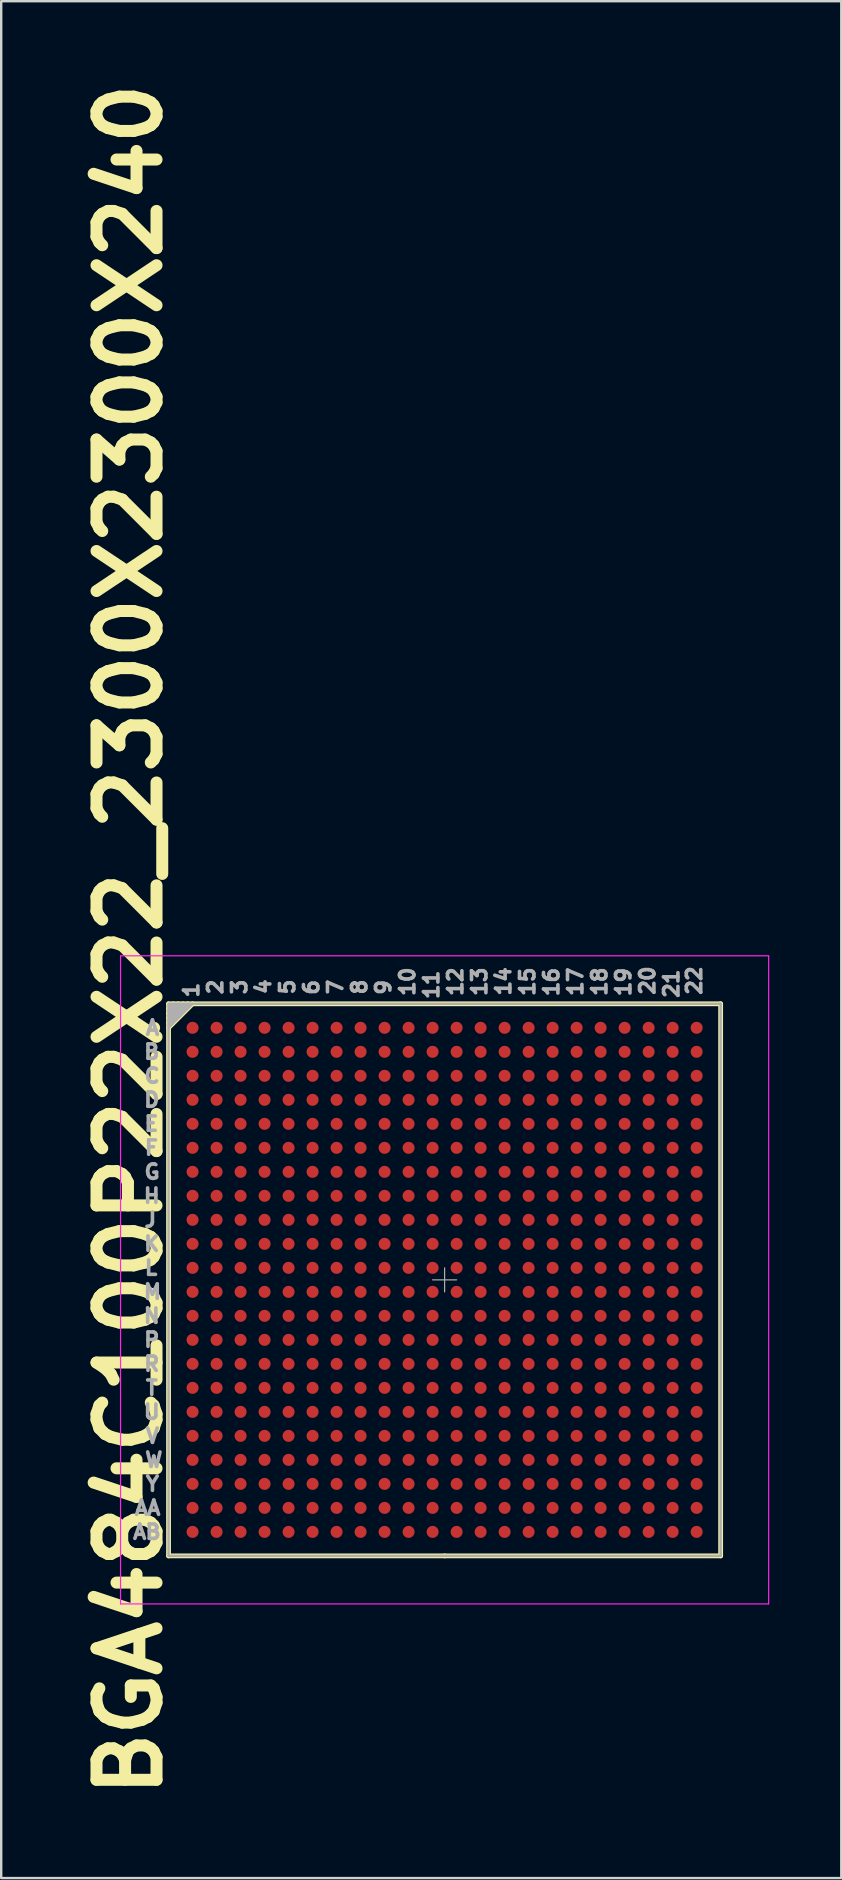
<source format=kicad_pcb>
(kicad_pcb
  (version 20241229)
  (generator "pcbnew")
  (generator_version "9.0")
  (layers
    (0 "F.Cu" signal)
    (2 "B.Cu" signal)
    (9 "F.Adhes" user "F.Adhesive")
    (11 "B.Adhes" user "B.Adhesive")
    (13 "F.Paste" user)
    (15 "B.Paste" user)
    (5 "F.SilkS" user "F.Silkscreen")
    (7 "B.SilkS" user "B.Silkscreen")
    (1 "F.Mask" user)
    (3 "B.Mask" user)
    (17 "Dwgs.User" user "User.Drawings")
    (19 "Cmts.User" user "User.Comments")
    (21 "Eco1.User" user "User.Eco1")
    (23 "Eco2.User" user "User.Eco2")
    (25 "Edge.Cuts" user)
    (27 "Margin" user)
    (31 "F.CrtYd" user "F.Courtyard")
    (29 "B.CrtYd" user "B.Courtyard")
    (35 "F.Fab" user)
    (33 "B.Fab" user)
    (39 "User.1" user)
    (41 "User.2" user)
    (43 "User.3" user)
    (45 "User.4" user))
  (footprint "BGA484C100P22X22_2300X2300X240"
    (layer "F.Cu")
    (at 15.472 50.268)
    (property "Reference" "BGA484C100P22X22_2300X2300X240" (at -13.132 -14.173 90) (layer "F.SilkS") (effects (font (size 2.5 2.5) (thickness 0.5))))
    (attr smd)
    (fp_line (start -11.5 -11.5) (end 11.5 -11.5) (stroke (width 0.2) (type solid)) (layer "F.SilkS"))
    (fp_line (start -11.5 -11.3) (end -11.3 -11.5) (stroke (width 0.2) (type solid)) (layer "F.SilkS"))
    (fp_line (start -11.5 -11.1) (end -11.1 -11.5) (stroke (width 0.2) (type solid)) (layer "F.SilkS"))
    (fp_line (start -11.5 -10.9) (end -10.9 -11.5) (stroke (width 0.2) (type solid)) (layer "F.SilkS"))
    (fp_line (start -11.5 -10.7) (end -10.7 -11.5) (stroke (width 0.2) (type solid)) (layer "F.SilkS"))
    (fp_line (start -11.5 -10.5) (end -10.5 -11.5) (stroke (width 0.2) (type solid)) (layer "F.SilkS"))
    (fp_line (start -11.5 11.5) (end -11.5 -11.5) (stroke (width 0.2) (type solid)) (layer "F.SilkS"))
    (fp_line (start -11.5 11.5) (end 0 11.5) (stroke (width 0.2) (type solid)) (layer "F.SilkS"))
    (fp_line (start 0 11.5) (end 11.5 11.5) (stroke (width 0.2) (type solid)) (layer "F.SilkS"))
    (fp_line (start 11.5 11.5) (end 11.5 -11.5) (stroke (width 0.2) (type solid)) (layer "F.SilkS"))
    (fp_circle (center -12.1 -10.5) (end -11.975 -10.5) (stroke (width 0.25) (type solid)) (fill no) (layer "F.SilkS"))
    (fp_line (start -13.5 -13.5) (end 13.5 -13.5) (stroke (width 0.05) (type solid)) (layer "F.CrtYd"))
    (fp_line (start -13.5 13.5) (end -13.5 -13.5) (stroke (width 0.05) (type solid)) (layer "F.CrtYd"))
    (fp_line (start -13.5 13.5) (end 13.5 13.5) (stroke (width 0.05) (type solid)) (layer "F.CrtYd"))
    (fp_line (start 13.5 13.5) (end 13.5 -13.5) (stroke (width 0.05) (type solid)) (layer "F.CrtYd"))
    (fp_line (start -11.5 -11.5) (end 11.5 -11.5) (stroke (width 0.1) (type solid)) (layer "F.Fab"))
    (fp_line (start -11.5 -11.4) (end -11.4 -11.5) (stroke (width 0.1) (type solid)) (layer "F.Fab"))
    (fp_line (start -11.5 -11.3) (end -11.3 -11.5) (stroke (width 0.1) (type solid)) (layer "F.Fab"))
    (fp_line (start -11.5 -11.2) (end -11.2 -11.5) (stroke (width 0.1) (type solid)) (layer "F.Fab"))
    (fp_line (start -11.5 -11.1) (end -11.1 -11.5) (stroke (width 0.1) (type solid)) (layer "F.Fab"))
    (fp_line (start -11.5 -11) (end -11 -11.5) (stroke (width 0.1) (type solid)) (layer "F.Fab"))
    (fp_line (start -11.5 -10.9) (end -10.9 -11.5) (stroke (width 0.1) (type solid)) (layer "F.Fab"))
    (fp_line (start -11.5 -10.8) (end -10.8 -11.5) (stroke (width 0.1) (type solid)) (layer "F.Fab"))
    (fp_line (start -11.5 -10.7) (end -10.7 -11.5) (stroke (width 0.1) (type solid)) (layer "F.Fab"))
    (fp_line (start -11.5 -10.6) (end -10.6 -11.5) (stroke (width 0.1) (type solid)) (layer "F.Fab"))
    (fp_line (start -11.5 -10.5) (end -10.5 -11.5) (stroke (width 0.1) (type solid)) (layer "F.Fab"))
    (fp_line (start -11.5 11.5) (end -11.5 -11.5) (stroke (width 0.1) (type solid)) (layer "F.Fab"))
    (fp_line (start -11.5 11.5) (end 0 11.5) (stroke (width 0.1) (type solid)) (layer "F.Fab"))
    (fp_line (start -0.5 0) (end 0.5 0) (stroke (width 0.05) (type solid)) (layer "F.Fab"))
    (fp_line (start 0 0.5) (end 0 -0.5) (stroke (width 0.05) (type solid)) (layer "F.Fab"))
    (fp_line (start 0 11.5) (end 11.5 11.5) (stroke (width 0.1) (type solid)) (layer "F.Fab"))
    (fp_line (start 11.5 11.5) (end 11.5 -11.5) (stroke (width 0.1) (type solid)) (layer "F.Fab"))
    (fp_text user "H" (at -12.2 -3.5 0) (layer "F.Fab") (effects (font (size 0.6 0.6) (thickness 0.15))))
    (fp_text user "9" (at -2.55 -12.186 90) (layer "F.Fab") (effects (font (size 0.6 0.6) (thickness 0.15))))
    (fp_text user "AA" (at -12.373 9.5 0) (layer "F.Fab") (effects (font (size 0.6 0.6) (thickness 0.15))))
    (fp_text user "L" (at -12.229 -0.5 0) (layer "F.Fab") (effects (font (size 0.6 0.6) (thickness 0.15))))
    (fp_text user "21" (at 9.45 -12.338 90) (layer "F.Fab") (effects (font (size 0.6 0.6) (thickness 0.15))))
    (fp_text user "M" (at -12.171 0.5 0) (layer "F.Fab") (effects (font (size 0.6 0.6) (thickness 0.15))))
    (fp_text user "3" (at -8.55 -12.2 90) (layer "F.Fab") (effects (font (size 0.6 0.6) (thickness 0.15))))
    (fp_text user "1" (at -10.55 -12.071 90) (layer "F.Fab") (effects (font (size 0.6 0.6) (thickness 0.15))))
    (fp_text user "15" (at 3.45 -12.42 90) (layer "F.Fab") (effects (font (size 0.6 0.6) (thickness 0.15))))
    (fp_text user "Y" (at -12.171 8.5 0) (layer "F.Fab") (effects (font (size 0.6 0.6) (thickness 0.15))))
    (fp_text user "W" (at -12.114 7.5 0) (layer "F.Fab") (effects (font (size 0.6 0.6) (thickness 0.15))))
    (fp_text user "13" (at 1.45 -12.42 90) (layer "F.Fab") (effects (font (size 0.6 0.6) (thickness 0.15))))
    (fp_text user "22" (at 10.4 -12.467 90) (layer "F.Fab") (effects (font (size 0.6 0.6) (thickness 0.15))))
    (fp_text user "C" (at -12.186 -8.5 0) (layer "F.Fab") (effects (font (size 0.6 0.6) (thickness 0.15))))
    (fp_text user "18" (at 6.45 -12.42 90) (layer "F.Fab") (effects (font (size 0.6 0.6) (thickness 0.15))))
    (fp_text user "J" (at -12.257 -2.5 0) (layer "F.Fab") (effects (font (size 0.6 0.6) (thickness 0.15))))
    (fp_text user "17" (at 5.45 -12.42 90) (layer "F.Fab") (effects (font (size 0.6 0.6) (thickness 0.15))))
    (fp_text user "P" (at -12.2 2.5 0) (layer "F.Fab") (effects (font (size 0.6 0.6) (thickness 0.15))))
    (fp_text user "16" (at 4.45 -12.406 90) (layer "F.Fab") (effects (font (size 0.6 0.6) (thickness 0.15))))
    (fp_text user "V" (at -12.171 6.5 0) (layer "F.Fab") (effects (font (size 0.6 0.6) (thickness 0.15))))
    (fp_text user "G" (at -12.186 -4.5 0) (layer "F.Fab") (effects (font (size 0.6 0.6) (thickness 0.15))))
    (fp_text user "11" (at -0.55 -12.291 90) (layer "F.Fab") (effects (font (size 0.6 0.6) (thickness 0.15))))
    (fp_text user "N" (at -12.2 1.5 0) (layer "F.Fab") (effects (font (size 0.6 0.6) (thickness 0.15))))
    (fp_text user "E" (at -12.214 -6.5 0) (layer "F.Fab") (effects (font (size 0.6 0.6) (thickness 0.15))))
    (fp_text user "8" (at -3.55 -12.2 90) (layer "F.Fab") (effects (font (size 0.6 0.6) (thickness 0.15))))
    (fp_text user "R" (at -12.2 3.5 0) (layer "F.Fab") (effects (font (size 0.6 0.6) (thickness 0.15))))
    (fp_text user "5" (at -6.55 -12.2 90) (layer "F.Fab") (effects (font (size 0.6 0.6) (thickness 0.15))))
    (fp_text user "D" (at -12.2 -7.5 0) (layer "F.Fab") (effects (font (size 0.6 0.6) (thickness 0.15))))
    (fp_text user "U" (at -12.2 5.5 0) (layer "F.Fab") (effects (font (size 0.6 0.6) (thickness 0.15))))
    (fp_text user "19" (at 7.45 -12.406 90) (layer "F.Fab") (effects (font (size 0.6 0.6) (thickness 0.15))))
    (fp_text user "20" (at 8.45 -12.467 90) (layer "F.Fab") (effects (font (size 0.6 0.6) (thickness 0.15))))
    (fp_text user "K" (at -12.2 -1.5 0) (layer "F.Fab") (effects (font (size 0.6 0.6) (thickness 0.15))))
    (fp_text user "4" (at -7.55 -12.214 90) (layer "F.Fab") (effects (font (size 0.6 0.6) (thickness 0.15))))
    (fp_text user "14" (at 2.45 -12.434 90) (layer "F.Fab") (effects (font (size 0.6 0.6) (thickness 0.15))))
    (fp_text user "A" (at -12.171 -10.5 0) (layer "F.Fab") (effects (font (size 0.6 0.6) (thickness 0.15))))
    (fp_text user "B" (at -12.2 -9.5 0) (layer "F.Fab") (effects (font (size 0.6 0.6) (thickness 0.15))))
    (fp_text user "7" (at -4.55 -12.2 90) (layer "F.Fab") (effects (font (size 0.6 0.6) (thickness 0.15))))
    (fp_text user "12" (at 0.45 -12.42 90) (layer "F.Fab") (effects (font (size 0.6 0.6) (thickness 0.15))))
    (fp_text user "T" (at -12.2 4.5 0) (layer "F.Fab") (effects (font (size 0.6 0.6) (thickness 0.15))))
    (fp_text user "AB" (at -12.402 10.5 0) (layer "F.Fab") (effects (font (size 0.6 0.6) (thickness 0.15))))
    (fp_text user "10" (at -1.55 -12.42 90) (layer "F.Fab") (effects (font (size 0.6 0.6) (thickness 0.15))))
    (fp_text user "F" (at -12.214 -5.5 0) (layer "F.Fab") (effects (font (size 0.6 0.6) (thickness 0.15))))
    (fp_text user "2" (at -9.55 -12.2 90) (layer "F.Fab") (effects (font (size 0.6 0.6) (thickness 0.15))))
    (fp_text user "6" (at -5.55 -12.186 90) (layer "F.Fab") (effects (font (size 0.6 0.6) (thickness 0.15))))
    (pad "A1" smd circle (at -10.5 -10.5) (size 0.5 0.5) (layers "F.Cu" "F.Mask" "F.Paste"))
    (pad "A2" smd circle (at -9.5 -10.5) (size 0.5 0.5) (layers "F.Cu" "F.Mask" "F.Paste"))
    (pad "A3" smd circle (at -8.5 -10.5) (size 0.5 0.5) (layers "F.Cu" "F.Mask" "F.Paste"))
    (pad "A4" smd circle (at -7.5 -10.5) (size 0.5 0.5) (layers "F.Cu" "F.Mask" "F.Paste"))
    (pad "A5" smd circle (at -6.5 -10.5) (size 0.5 0.5) (layers "F.Cu" "F.Mask" "F.Paste"))
    (pad "A6" smd circle (at -5.5 -10.5) (size 0.5 0.5) (layers "F.Cu" "F.Mask" "F.Paste"))
    (pad "A7" smd circle (at -4.5 -10.5) (size 0.5 0.5) (layers "F.Cu" "F.Mask" "F.Paste"))
    (pad "A8" smd circle (at -3.5 -10.5) (size 0.5 0.5) (layers "F.Cu" "F.Mask" "F.Paste"))
    (pad "A9" smd circle (at -2.5 -10.5) (size 0.5 0.5) (layers "F.Cu" "F.Mask" "F.Paste"))
    (pad "A10" smd circle (at -1.5 -10.5) (size 0.5 0.5) (layers "F.Cu" "F.Mask" "F.Paste"))
    (pad "A11" smd circle (at -0.5 -10.5) (size 0.5 0.5) (layers "F.Cu" "F.Mask" "F.Paste"))
    (pad "A12" smd circle (at 0.5 -10.5) (size 0.5 0.5) (layers "F.Cu" "F.Mask" "F.Paste"))
    (pad "A13" smd circle (at 1.5 -10.5) (size 0.5 0.5) (layers "F.Cu" "F.Mask" "F.Paste"))
    (pad "A14" smd circle (at 2.5 -10.5) (size 0.5 0.5) (layers "F.Cu" "F.Mask" "F.Paste"))
    (pad "A15" smd circle (at 3.5 -10.5) (size 0.5 0.5) (layers "F.Cu" "F.Mask" "F.Paste"))
    (pad "A16" smd circle (at 4.5 -10.5) (size 0.5 0.5) (layers "F.Cu" "F.Mask" "F.Paste"))
    (pad "A17" smd circle (at 5.5 -10.5) (size 0.5 0.5) (layers "F.Cu" "F.Mask" "F.Paste"))
    (pad "A18" smd circle (at 6.5 -10.5) (size 0.5 0.5) (layers "F.Cu" "F.Mask" "F.Paste"))
    (pad "A19" smd circle (at 7.5 -10.5) (size 0.5 0.5) (layers "F.Cu" "F.Mask" "F.Paste"))
    (pad "A20" smd circle (at 8.5 -10.5) (size 0.5 0.5) (layers "F.Cu" "F.Mask" "F.Paste"))
    (pad "A21" smd circle (at 9.5 -10.5) (size 0.5 0.5) (layers "F.Cu" "F.Mask" "F.Paste"))
    (pad "A22" smd circle (at 10.5 -10.5) (size 0.5 0.5) (layers "F.Cu" "F.Mask" "F.Paste"))
    (pad "AA1" smd circle (at -10.5 9.5) (size 0.5 0.5) (layers "F.Cu" "F.Mask" "F.Paste"))
    (pad "AA2" smd circle (at -9.5 9.5) (size 0.5 0.5) (layers "F.Cu" "F.Mask" "F.Paste"))
    (pad "AA3" smd circle (at -8.5 9.5) (size 0.5 0.5) (layers "F.Cu" "F.Mask" "F.Paste"))
    (pad "AA4" smd circle (at -7.5 9.5) (size 0.5 0.5) (layers "F.Cu" "F.Mask" "F.Paste"))
    (pad "AA5" smd circle (at -6.5 9.5) (size 0.5 0.5) (layers "F.Cu" "F.Mask" "F.Paste"))
    (pad "AA6" smd circle (at -5.5 9.5) (size 0.5 0.5) (layers "F.Cu" "F.Mask" "F.Paste"))
    (pad "AA7" smd circle (at -4.5 9.5) (size 0.5 0.5) (layers "F.Cu" "F.Mask" "F.Paste"))
    (pad "AA8" smd circle (at -3.5 9.5) (size 0.5 0.5) (layers "F.Cu" "F.Mask" "F.Paste"))
    (pad "AA9" smd circle (at -2.5 9.5) (size 0.5 0.5) (layers "F.Cu" "F.Mask" "F.Paste"))
    (pad "AA10" smd circle (at -1.5 9.5) (size 0.5 0.5) (layers "F.Cu" "F.Mask" "F.Paste"))
    (pad "AA11" smd circle (at -0.5 9.5) (size 0.5 0.5) (layers "F.Cu" "F.Mask" "F.Paste"))
    (pad "AA12" smd circle (at 0.5 9.5) (size 0.5 0.5) (layers "F.Cu" "F.Mask" "F.Paste"))
    (pad "AA13" smd circle (at 1.5 9.5) (size 0.5 0.5) (layers "F.Cu" "F.Mask" "F.Paste"))
    (pad "AA14" smd circle (at 2.5 9.5) (size 0.5 0.5) (layers "F.Cu" "F.Mask" "F.Paste"))
    (pad "AA15" smd circle (at 3.5 9.5) (size 0.5 0.5) (layers "F.Cu" "F.Mask" "F.Paste"))
    (pad "AA16" smd circle (at 4.5 9.5) (size 0.5 0.5) (layers "F.Cu" "F.Mask" "F.Paste"))
    (pad "AA17" smd circle (at 5.5 9.5) (size 0.5 0.5) (layers "F.Cu" "F.Mask" "F.Paste"))
    (pad "AA18" smd circle (at 6.5 9.5) (size 0.5 0.5) (layers "F.Cu" "F.Mask" "F.Paste"))
    (pad "AA19" smd circle (at 7.5 9.5) (size 0.5 0.5) (layers "F.Cu" "F.Mask" "F.Paste"))
    (pad "AA20" smd circle (at 8.5 9.5) (size 0.5 0.5) (layers "F.Cu" "F.Mask" "F.Paste"))
    (pad "AA21" smd circle (at 9.5 9.5) (size 0.5 0.5) (layers "F.Cu" "F.Mask" "F.Paste"))
    (pad "AA22" smd circle (at 10.5 9.5) (size 0.5 0.5) (layers "F.Cu" "F.Mask" "F.Paste"))
    (pad "AB1" smd circle (at -10.5 10.5) (size 0.5 0.5) (layers "F.Cu" "F.Mask" "F.Paste"))
    (pad "AB2" smd circle (at -9.5 10.5) (size 0.5 0.5) (layers "F.Cu" "F.Mask" "F.Paste"))
    (pad "AB3" smd circle (at -8.5 10.5) (size 0.5 0.5) (layers "F.Cu" "F.Mask" "F.Paste"))
    (pad "AB4" smd circle (at -7.5 10.5) (size 0.5 0.5) (layers "F.Cu" "F.Mask" "F.Paste"))
    (pad "AB5" smd circle (at -6.5 10.5) (size 0.5 0.5) (layers "F.Cu" "F.Mask" "F.Paste"))
    (pad "AB6" smd circle (at -5.5 10.5) (size 0.5 0.5) (layers "F.Cu" "F.Mask" "F.Paste"))
    (pad "AB7" smd circle (at -4.5 10.5) (size 0.5 0.5) (layers "F.Cu" "F.Mask" "F.Paste"))
    (pad "AB8" smd circle (at -3.5 10.5) (size 0.5 0.5) (layers "F.Cu" "F.Mask" "F.Paste"))
    (pad "AB9" smd circle (at -2.5 10.5) (size 0.5 0.5) (layers "F.Cu" "F.Mask" "F.Paste"))
    (pad "AB10" smd circle (at -1.5 10.5) (size 0.5 0.5) (layers "F.Cu" "F.Mask" "F.Paste"))
    (pad "AB11" smd circle (at -0.5 10.5) (size 0.5 0.5) (layers "F.Cu" "F.Mask" "F.Paste"))
    (pad "AB12" smd circle (at 0.5 10.5) (size 0.5 0.5) (layers "F.Cu" "F.Mask" "F.Paste"))
    (pad "AB13" smd circle (at 1.5 10.5) (size 0.5 0.5) (layers "F.Cu" "F.Mask" "F.Paste"))
    (pad "AB14" smd circle (at 2.5 10.5) (size 0.5 0.5) (layers "F.Cu" "F.Mask" "F.Paste"))
    (pad "AB15" smd circle (at 3.5 10.5) (size 0.5 0.5) (layers "F.Cu" "F.Mask" "F.Paste"))
    (pad "AB16" smd circle (at 4.5 10.5) (size 0.5 0.5) (layers "F.Cu" "F.Mask" "F.Paste"))
    (pad "AB17" smd circle (at 5.5 10.5) (size 0.5 0.5) (layers "F.Cu" "F.Mask" "F.Paste"))
    (pad "AB18" smd circle (at 6.5 10.5) (size 0.5 0.5) (layers "F.Cu" "F.Mask" "F.Paste"))
    (pad "AB19" smd circle (at 7.5 10.5) (size 0.5 0.5) (layers "F.Cu" "F.Mask" "F.Paste"))
    (pad "AB20" smd circle (at 8.5 10.5) (size 0.5 0.5) (layers "F.Cu" "F.Mask" "F.Paste"))
    (pad "AB21" smd circle (at 9.5 10.5) (size 0.5 0.5) (layers "F.Cu" "F.Mask" "F.Paste"))
    (pad "AB22" smd circle (at 10.5 10.5) (size 0.5 0.5) (layers "F.Cu" "F.Mask" "F.Paste"))
    (pad "B1" smd circle (at -10.5 -9.5) (size 0.5 0.5) (layers "F.Cu" "F.Mask" "F.Paste"))
    (pad "B2" smd circle (at -9.5 -9.5) (size 0.5 0.5) (layers "F.Cu" "F.Mask" "F.Paste"))
    (pad "B3" smd circle (at -8.5 -9.5) (size 0.5 0.5) (layers "F.Cu" "F.Mask" "F.Paste"))
    (pad "B4" smd circle (at -7.5 -9.5) (size 0.5 0.5) (layers "F.Cu" "F.Mask" "F.Paste"))
    (pad "B5" smd circle (at -6.5 -9.5) (size 0.5 0.5) (layers "F.Cu" "F.Mask" "F.Paste"))
    (pad "B6" smd circle (at -5.5 -9.5) (size 0.5 0.5) (layers "F.Cu" "F.Mask" "F.Paste"))
    (pad "B7" smd circle (at -4.5 -9.5) (size 0.5 0.5) (layers "F.Cu" "F.Mask" "F.Paste"))
    (pad "B8" smd circle (at -3.5 -9.5) (size 0.5 0.5) (layers "F.Cu" "F.Mask" "F.Paste"))
    (pad "B9" smd circle (at -2.5 -9.5) (size 0.5 0.5) (layers "F.Cu" "F.Mask" "F.Paste"))
    (pad "B10" smd circle (at -1.5 -9.5) (size 0.5 0.5) (layers "F.Cu" "F.Mask" "F.Paste"))
    (pad "B11" smd circle (at -0.5 -9.5) (size 0.5 0.5) (layers "F.Cu" "F.Mask" "F.Paste"))
    (pad "B12" smd circle (at 0.5 -9.5) (size 0.5 0.5) (layers "F.Cu" "F.Mask" "F.Paste"))
    (pad "B13" smd circle (at 1.5 -9.5) (size 0.5 0.5) (layers "F.Cu" "F.Mask" "F.Paste"))
    (pad "B14" smd circle (at 2.5 -9.5) (size 0.5 0.5) (layers "F.Cu" "F.Mask" "F.Paste"))
    (pad "B15" smd circle (at 3.5 -9.5) (size 0.5 0.5) (layers "F.Cu" "F.Mask" "F.Paste"))
    (pad "B16" smd circle (at 4.5 -9.5) (size 0.5 0.5) (layers "F.Cu" "F.Mask" "F.Paste"))
    (pad "B17" smd circle (at 5.5 -9.5) (size 0.5 0.5) (layers "F.Cu" "F.Mask" "F.Paste"))
    (pad "B18" smd circle (at 6.5 -9.5) (size 0.5 0.5) (layers "F.Cu" "F.Mask" "F.Paste"))
    (pad "B19" smd circle (at 7.5 -9.5) (size 0.5 0.5) (layers "F.Cu" "F.Mask" "F.Paste"))
    (pad "B20" smd circle (at 8.5 -9.5) (size 0.5 0.5) (layers "F.Cu" "F.Mask" "F.Paste"))
    (pad "B21" smd circle (at 9.5 -9.5) (size 0.5 0.5) (layers "F.Cu" "F.Mask" "F.Paste"))
    (pad "B22" smd circle (at 10.5 -9.5) (size 0.5 0.5) (layers "F.Cu" "F.Mask" "F.Paste"))
    (pad "C1" smd circle (at -10.5 -8.5) (size 0.5 0.5) (layers "F.Cu" "F.Mask" "F.Paste"))
    (pad "C2" smd circle (at -9.5 -8.5) (size 0.5 0.5) (layers "F.Cu" "F.Mask" "F.Paste"))
    (pad "C3" smd circle (at -8.5 -8.5) (size 0.5 0.5) (layers "F.Cu" "F.Mask" "F.Paste"))
    (pad "C4" smd circle (at -7.5 -8.5) (size 0.5 0.5) (layers "F.Cu" "F.Mask" "F.Paste"))
    (pad "C5" smd circle (at -6.5 -8.5) (size 0.5 0.5) (layers "F.Cu" "F.Mask" "F.Paste"))
    (pad "C6" smd circle (at -5.5 -8.5) (size 0.5 0.5) (layers "F.Cu" "F.Mask" "F.Paste"))
    (pad "C7" smd circle (at -4.5 -8.5) (size 0.5 0.5) (layers "F.Cu" "F.Mask" "F.Paste"))
    (pad "C8" smd circle (at -3.5 -8.5) (size 0.5 0.5) (layers "F.Cu" "F.Mask" "F.Paste"))
    (pad "C9" smd circle (at -2.5 -8.5) (size 0.5 0.5) (layers "F.Cu" "F.Mask" "F.Paste"))
    (pad "C10" smd circle (at -1.5 -8.5) (size 0.5 0.5) (layers "F.Cu" "F.Mask" "F.Paste"))
    (pad "C11" smd circle (at -0.5 -8.5) (size 0.5 0.5) (layers "F.Cu" "F.Mask" "F.Paste"))
    (pad "C12" smd circle (at 0.5 -8.5) (size 0.5 0.5) (layers "F.Cu" "F.Mask" "F.Paste"))
    (pad "C13" smd circle (at 1.5 -8.5) (size 0.5 0.5) (layers "F.Cu" "F.Mask" "F.Paste"))
    (pad "C14" smd circle (at 2.5 -8.5) (size 0.5 0.5) (layers "F.Cu" "F.Mask" "F.Paste"))
    (pad "C15" smd circle (at 3.5 -8.5) (size 0.5 0.5) (layers "F.Cu" "F.Mask" "F.Paste"))
    (pad "C16" smd circle (at 4.5 -8.5) (size 0.5 0.5) (layers "F.Cu" "F.Mask" "F.Paste"))
    (pad "C17" smd circle (at 5.5 -8.5) (size 0.5 0.5) (layers "F.Cu" "F.Mask" "F.Paste"))
    (pad "C18" smd circle (at 6.5 -8.5) (size 0.5 0.5) (layers "F.Cu" "F.Mask" "F.Paste"))
    (pad "C19" smd circle (at 7.5 -8.5) (size 0.5 0.5) (layers "F.Cu" "F.Mask" "F.Paste"))
    (pad "C20" smd circle (at 8.5 -8.5) (size 0.5 0.5) (layers "F.Cu" "F.Mask" "F.Paste"))
    (pad "C21" smd circle (at 9.5 -8.5) (size 0.5 0.5) (layers "F.Cu" "F.Mask" "F.Paste"))
    (pad "C22" smd circle (at 10.5 -8.5) (size 0.5 0.5) (layers "F.Cu" "F.Mask" "F.Paste"))
    (pad "D1" smd circle (at -10.5 -7.5) (size 0.5 0.5) (layers "F.Cu" "F.Mask" "F.Paste"))
    (pad "D2" smd circle (at -9.5 -7.5) (size 0.5 0.5) (layers "F.Cu" "F.Mask" "F.Paste"))
    (pad "D3" smd circle (at -8.5 -7.5) (size 0.5 0.5) (layers "F.Cu" "F.Mask" "F.Paste"))
    (pad "D4" smd circle (at -7.5 -7.5) (size 0.5 0.5) (layers "F.Cu" "F.Mask" "F.Paste"))
    (pad "D5" smd circle (at -6.5 -7.5) (size 0.5 0.5) (layers "F.Cu" "F.Mask" "F.Paste"))
    (pad "D6" smd circle (at -5.5 -7.5) (size 0.5 0.5) (layers "F.Cu" "F.Mask" "F.Paste"))
    (pad "D7" smd circle (at -4.5 -7.5) (size 0.5 0.5) (layers "F.Cu" "F.Mask" "F.Paste"))
    (pad "D8" smd circle (at -3.5 -7.5) (size 0.5 0.5) (layers "F.Cu" "F.Mask" "F.Paste"))
    (pad "D9" smd circle (at -2.5 -7.5) (size 0.5 0.5) (layers "F.Cu" "F.Mask" "F.Paste"))
    (pad "D10" smd circle (at -1.5 -7.5) (size 0.5 0.5) (layers "F.Cu" "F.Mask" "F.Paste"))
    (pad "D11" smd circle (at -0.5 -7.5) (size 0.5 0.5) (layers "F.Cu" "F.Mask" "F.Paste"))
    (pad "D12" smd circle (at 0.5 -7.5) (size 0.5 0.5) (layers "F.Cu" "F.Mask" "F.Paste"))
    (pad "D13" smd circle (at 1.5 -7.5) (size 0.5 0.5) (layers "F.Cu" "F.Mask" "F.Paste"))
    (pad "D14" smd circle (at 2.5 -7.5) (size 0.5 0.5) (layers "F.Cu" "F.Mask" "F.Paste"))
    (pad "D15" smd circle (at 3.5 -7.5) (size 0.5 0.5) (layers "F.Cu" "F.Mask" "F.Paste"))
    (pad "D16" smd circle (at 4.5 -7.5) (size 0.5 0.5) (layers "F.Cu" "F.Mask" "F.Paste"))
    (pad "D17" smd circle (at 5.5 -7.5) (size 0.5 0.5) (layers "F.Cu" "F.Mask" "F.Paste"))
    (pad "D18" smd circle (at 6.5 -7.5) (size 0.5 0.5) (layers "F.Cu" "F.Mask" "F.Paste"))
    (pad "D19" smd circle (at 7.5 -7.5) (size 0.5 0.5) (layers "F.Cu" "F.Mask" "F.Paste"))
    (pad "D20" smd circle (at 8.5 -7.5) (size 0.5 0.5) (layers "F.Cu" "F.Mask" "F.Paste"))
    (pad "D21" smd circle (at 9.5 -7.5) (size 0.5 0.5) (layers "F.Cu" "F.Mask" "F.Paste"))
    (pad "D22" smd circle (at 10.5 -7.5) (size 0.5 0.5) (layers "F.Cu" "F.Mask" "F.Paste"))
    (pad "E1" smd circle (at -10.5 -6.5) (size 0.5 0.5) (layers "F.Cu" "F.Mask" "F.Paste"))
    (pad "E2" smd circle (at -9.5 -6.5) (size 0.5 0.5) (layers "F.Cu" "F.Mask" "F.Paste"))
    (pad "E3" smd circle (at -8.5 -6.5) (size 0.5 0.5) (layers "F.Cu" "F.Mask" "F.Paste"))
    (pad "E4" smd circle (at -7.5 -6.5) (size 0.5 0.5) (layers "F.Cu" "F.Mask" "F.Paste"))
    (pad "E5" smd circle (at -6.5 -6.5) (size 0.5 0.5) (layers "F.Cu" "F.Mask" "F.Paste"))
    (pad "E6" smd circle (at -5.5 -6.5) (size 0.5 0.5) (layers "F.Cu" "F.Mask" "F.Paste"))
    (pad "E7" smd circle (at -4.5 -6.5) (size 0.5 0.5) (layers "F.Cu" "F.Mask" "F.Paste"))
    (pad "E8" smd circle (at -3.5 -6.5) (size 0.5 0.5) (layers "F.Cu" "F.Mask" "F.Paste"))
    (pad "E9" smd circle (at -2.5 -6.5) (size 0.5 0.5) (layers "F.Cu" "F.Mask" "F.Paste"))
    (pad "E10" smd circle (at -1.5 -6.5) (size 0.5 0.5) (layers "F.Cu" "F.Mask" "F.Paste"))
    (pad "E11" smd circle (at -0.5 -6.5) (size 0.5 0.5) (layers "F.Cu" "F.Mask" "F.Paste"))
    (pad "E12" smd circle (at 0.5 -6.5) (size 0.5 0.5) (layers "F.Cu" "F.Mask" "F.Paste"))
    (pad "E13" smd circle (at 1.5 -6.5) (size 0.5 0.5) (layers "F.Cu" "F.Mask" "F.Paste"))
    (pad "E14" smd circle (at 2.5 -6.5) (size 0.5 0.5) (layers "F.Cu" "F.Mask" "F.Paste"))
    (pad "E15" smd circle (at 3.5 -6.5) (size 0.5 0.5) (layers "F.Cu" "F.Mask" "F.Paste"))
    (pad "E16" smd circle (at 4.5 -6.5) (size 0.5 0.5) (layers "F.Cu" "F.Mask" "F.Paste"))
    (pad "E17" smd circle (at 5.5 -6.5) (size 0.5 0.5) (layers "F.Cu" "F.Mask" "F.Paste"))
    (pad "E18" smd circle (at 6.5 -6.5) (size 0.5 0.5) (layers "F.Cu" "F.Mask" "F.Paste"))
    (pad "E19" smd circle (at 7.5 -6.5) (size 0.5 0.5) (layers "F.Cu" "F.Mask" "F.Paste"))
    (pad "E20" smd circle (at 8.5 -6.5) (size 0.5 0.5) (layers "F.Cu" "F.Mask" "F.Paste"))
    (pad "E21" smd circle (at 9.5 -6.5) (size 0.5 0.5) (layers "F.Cu" "F.Mask" "F.Paste"))
    (pad "E22" smd circle (at 10.5 -6.5) (size 0.5 0.5) (layers "F.Cu" "F.Mask" "F.Paste"))
    (pad "F1" smd circle (at -10.5 -5.5) (size 0.5 0.5) (layers "F.Cu" "F.Mask" "F.Paste"))
    (pad "F2" smd circle (at -9.5 -5.5) (size 0.5 0.5) (layers "F.Cu" "F.Mask" "F.Paste"))
    (pad "F3" smd circle (at -8.5 -5.5) (size 0.5 0.5) (layers "F.Cu" "F.Mask" "F.Paste"))
    (pad "F4" smd circle (at -7.5 -5.5) (size 0.5 0.5) (layers "F.Cu" "F.Mask" "F.Paste"))
    (pad "F5" smd circle (at -6.5 -5.5) (size 0.5 0.5) (layers "F.Cu" "F.Mask" "F.Paste"))
    (pad "F6" smd circle (at -5.5 -5.5) (size 0.5 0.5) (layers "F.Cu" "F.Mask" "F.Paste"))
    (pad "F7" smd circle (at -4.5 -5.5) (size 0.5 0.5) (layers "F.Cu" "F.Mask" "F.Paste"))
    (pad "F8" smd circle (at -3.5 -5.5) (size 0.5 0.5) (layers "F.Cu" "F.Mask" "F.Paste"))
    (pad "F9" smd circle (at -2.5 -5.5) (size 0.5 0.5) (layers "F.Cu" "F.Mask" "F.Paste"))
    (pad "F10" smd circle (at -1.5 -5.5) (size 0.5 0.5) (layers "F.Cu" "F.Mask" "F.Paste"))
    (pad "F11" smd circle (at -0.5 -5.5) (size 0.5 0.5) (layers "F.Cu" "F.Mask" "F.Paste"))
    (pad "F12" smd circle (at 0.5 -5.5) (size 0.5 0.5) (layers "F.Cu" "F.Mask" "F.Paste"))
    (pad "F13" smd circle (at 1.5 -5.5) (size 0.5 0.5) (layers "F.Cu" "F.Mask" "F.Paste"))
    (pad "F14" smd circle (at 2.5 -5.5) (size 0.5 0.5) (layers "F.Cu" "F.Mask" "F.Paste"))
    (pad "F15" smd circle (at 3.5 -5.5) (size 0.5 0.5) (layers "F.Cu" "F.Mask" "F.Paste"))
    (pad "F16" smd circle (at 4.5 -5.5) (size 0.5 0.5) (layers "F.Cu" "F.Mask" "F.Paste"))
    (pad "F17" smd circle (at 5.5 -5.5) (size 0.5 0.5) (layers "F.Cu" "F.Mask" "F.Paste"))
    (pad "F18" smd circle (at 6.5 -5.5) (size 0.5 0.5) (layers "F.Cu" "F.Mask" "F.Paste"))
    (pad "F19" smd circle (at 7.5 -5.5) (size 0.5 0.5) (layers "F.Cu" "F.Mask" "F.Paste"))
    (pad "F20" smd circle (at 8.5 -5.5) (size 0.5 0.5) (layers "F.Cu" "F.Mask" "F.Paste"))
    (pad "F21" smd circle (at 9.5 -5.5) (size 0.5 0.5) (layers "F.Cu" "F.Mask" "F.Paste"))
    (pad "F22" smd circle (at 10.5 -5.5) (size 0.5 0.5) (layers "F.Cu" "F.Mask" "F.Paste"))
    (pad "G1" smd circle (at -10.5 -4.5) (size 0.5 0.5) (layers "F.Cu" "F.Mask" "F.Paste"))
    (pad "G2" smd circle (at -9.5 -4.5) (size 0.5 0.5) (layers "F.Cu" "F.Mask" "F.Paste"))
    (pad "G3" smd circle (at -8.5 -4.5) (size 0.5 0.5) (layers "F.Cu" "F.Mask" "F.Paste"))
    (pad "G4" smd circle (at -7.5 -4.5) (size 0.5 0.5) (layers "F.Cu" "F.Mask" "F.Paste"))
    (pad "G5" smd circle (at -6.5 -4.5) (size 0.5 0.5) (layers "F.Cu" "F.Mask" "F.Paste"))
    (pad "G6" smd circle (at -5.5 -4.5) (size 0.5 0.5) (layers "F.Cu" "F.Mask" "F.Paste"))
    (pad "G7" smd circle (at -4.5 -4.5) (size 0.5 0.5) (layers "F.Cu" "F.Mask" "F.Paste"))
    (pad "G8" smd circle (at -3.5 -4.5) (size 0.5 0.5) (layers "F.Cu" "F.Mask" "F.Paste"))
    (pad "G9" smd circle (at -2.5 -4.5) (size 0.5 0.5) (layers "F.Cu" "F.Mask" "F.Paste"))
    (pad "G10" smd circle (at -1.5 -4.5) (size 0.5 0.5) (layers "F.Cu" "F.Mask" "F.Paste"))
    (pad "G11" smd circle (at -0.5 -4.5) (size 0.5 0.5) (layers "F.Cu" "F.Mask" "F.Paste"))
    (pad "G12" smd circle (at 0.5 -4.5) (size 0.5 0.5) (layers "F.Cu" "F.Mask" "F.Paste"))
    (pad "G13" smd circle (at 1.5 -4.5) (size 0.5 0.5) (layers "F.Cu" "F.Mask" "F.Paste"))
    (pad "G14" smd circle (at 2.5 -4.5) (size 0.5 0.5) (layers "F.Cu" "F.Mask" "F.Paste"))
    (pad "G15" smd circle (at 3.5 -4.5) (size 0.5 0.5) (layers "F.Cu" "F.Mask" "F.Paste"))
    (pad "G16" smd circle (at 4.5 -4.5) (size 0.5 0.5) (layers "F.Cu" "F.Mask" "F.Paste"))
    (pad "G17" smd circle (at 5.5 -4.5) (size 0.5 0.5) (layers "F.Cu" "F.Mask" "F.Paste"))
    (pad "G18" smd circle (at 6.5 -4.5) (size 0.5 0.5) (layers "F.Cu" "F.Mask" "F.Paste"))
    (pad "G19" smd circle (at 7.5 -4.5) (size 0.5 0.5) (layers "F.Cu" "F.Mask" "F.Paste"))
    (pad "G20" smd circle (at 8.5 -4.5) (size 0.5 0.5) (layers "F.Cu" "F.Mask" "F.Paste"))
    (pad "G21" smd circle (at 9.5 -4.5) (size 0.5 0.5) (layers "F.Cu" "F.Mask" "F.Paste"))
    (pad "G22" smd circle (at 10.5 -4.5) (size 0.5 0.5) (layers "F.Cu" "F.Mask" "F.Paste"))
    (pad "H1" smd circle (at -10.5 -3.5) (size 0.5 0.5) (layers "F.Cu" "F.Mask" "F.Paste"))
    (pad "H2" smd circle (at -9.5 -3.5) (size 0.5 0.5) (layers "F.Cu" "F.Mask" "F.Paste"))
    (pad "H3" smd circle (at -8.5 -3.5) (size 0.5 0.5) (layers "F.Cu" "F.Mask" "F.Paste"))
    (pad "H4" smd circle (at -7.5 -3.5) (size 0.5 0.5) (layers "F.Cu" "F.Mask" "F.Paste"))
    (pad "H5" smd circle (at -6.5 -3.5) (size 0.5 0.5) (layers "F.Cu" "F.Mask" "F.Paste"))
    (pad "H6" smd circle (at -5.5 -3.5) (size 0.5 0.5) (layers "F.Cu" "F.Mask" "F.Paste"))
    (pad "H7" smd circle (at -4.5 -3.5) (size 0.5 0.5) (layers "F.Cu" "F.Mask" "F.Paste"))
    (pad "H8" smd circle (at -3.5 -3.5) (size 0.5 0.5) (layers "F.Cu" "F.Mask" "F.Paste"))
    (pad "H9" smd circle (at -2.5 -3.5) (size 0.5 0.5) (layers "F.Cu" "F.Mask" "F.Paste"))
    (pad "H10" smd circle (at -1.5 -3.5) (size 0.5 0.5) (layers "F.Cu" "F.Mask" "F.Paste"))
    (pad "H11" smd circle (at -0.5 -3.5) (size 0.5 0.5) (layers "F.Cu" "F.Mask" "F.Paste"))
    (pad "H12" smd circle (at 0.5 -3.5) (size 0.5 0.5) (layers "F.Cu" "F.Mask" "F.Paste"))
    (pad "H13" smd circle (at 1.5 -3.5) (size 0.5 0.5) (layers "F.Cu" "F.Mask" "F.Paste"))
    (pad "H14" smd circle (at 2.5 -3.5) (size 0.5 0.5) (layers "F.Cu" "F.Mask" "F.Paste"))
    (pad "H15" smd circle (at 3.5 -3.5) (size 0.5 0.5) (layers "F.Cu" "F.Mask" "F.Paste"))
    (pad "H16" smd circle (at 4.5 -3.5) (size 0.5 0.5) (layers "F.Cu" "F.Mask" "F.Paste"))
    (pad "H17" smd circle (at 5.5 -3.5) (size 0.5 0.5) (layers "F.Cu" "F.Mask" "F.Paste"))
    (pad "H18" smd circle (at 6.5 -3.5) (size 0.5 0.5) (layers "F.Cu" "F.Mask" "F.Paste"))
    (pad "H19" smd circle (at 7.5 -3.5) (size 0.5 0.5) (layers "F.Cu" "F.Mask" "F.Paste"))
    (pad "H20" smd circle (at 8.5 -3.5) (size 0.5 0.5) (layers "F.Cu" "F.Mask" "F.Paste"))
    (pad "H21" smd circle (at 9.5 -3.5) (size 0.5 0.5) (layers "F.Cu" "F.Mask" "F.Paste"))
    (pad "H22" smd circle (at 10.5 -3.5) (size 0.5 0.5) (layers "F.Cu" "F.Mask" "F.Paste"))
    (pad "J1" smd circle (at -10.5 -2.5) (size 0.5 0.5) (layers "F.Cu" "F.Mask" "F.Paste"))
    (pad "J2" smd circle (at -9.5 -2.5) (size 0.5 0.5) (layers "F.Cu" "F.Mask" "F.Paste"))
    (pad "J3" smd circle (at -8.5 -2.5) (size 0.5 0.5) (layers "F.Cu" "F.Mask" "F.Paste"))
    (pad "J4" smd circle (at -7.5 -2.5) (size 0.5 0.5) (layers "F.Cu" "F.Mask" "F.Paste"))
    (pad "J5" smd circle (at -6.5 -2.5) (size 0.5 0.5) (layers "F.Cu" "F.Mask" "F.Paste"))
    (pad "J6" smd circle (at -5.5 -2.5) (size 0.5 0.5) (layers "F.Cu" "F.Mask" "F.Paste"))
    (pad "J7" smd circle (at -4.5 -2.5) (size 0.5 0.5) (layers "F.Cu" "F.Mask" "F.Paste"))
    (pad "J8" smd circle (at -3.5 -2.5) (size 0.5 0.5) (layers "F.Cu" "F.Mask" "F.Paste"))
    (pad "J9" smd circle (at -2.5 -2.5) (size 0.5 0.5) (layers "F.Cu" "F.Mask" "F.Paste"))
    (pad "J10" smd circle (at -1.5 -2.5) (size 0.5 0.5) (layers "F.Cu" "F.Mask" "F.Paste"))
    (pad "J11" smd circle (at -0.5 -2.5) (size 0.5 0.5) (layers "F.Cu" "F.Mask" "F.Paste"))
    (pad "J12" smd circle (at 0.5 -2.5) (size 0.5 0.5) (layers "F.Cu" "F.Mask" "F.Paste"))
    (pad "J13" smd circle (at 1.5 -2.5) (size 0.5 0.5) (layers "F.Cu" "F.Mask" "F.Paste"))
    (pad "J14" smd circle (at 2.5 -2.5) (size 0.5 0.5) (layers "F.Cu" "F.Mask" "F.Paste"))
    (pad "J15" smd circle (at 3.5 -2.5) (size 0.5 0.5) (layers "F.Cu" "F.Mask" "F.Paste"))
    (pad "J16" smd circle (at 4.5 -2.5) (size 0.5 0.5) (layers "F.Cu" "F.Mask" "F.Paste"))
    (pad "J17" smd circle (at 5.5 -2.5) (size 0.5 0.5) (layers "F.Cu" "F.Mask" "F.Paste"))
    (pad "J18" smd circle (at 6.5 -2.5) (size 0.5 0.5) (layers "F.Cu" "F.Mask" "F.Paste"))
    (pad "J19" smd circle (at 7.5 -2.5) (size 0.5 0.5) (layers "F.Cu" "F.Mask" "F.Paste"))
    (pad "J20" smd circle (at 8.5 -2.5) (size 0.5 0.5) (layers "F.Cu" "F.Mask" "F.Paste"))
    (pad "J21" smd circle (at 9.5 -2.5) (size 0.5 0.5) (layers "F.Cu" "F.Mask" "F.Paste"))
    (pad "J22" smd circle (at 10.5 -2.5) (size 0.5 0.5) (layers "F.Cu" "F.Mask" "F.Paste"))
    (pad "K1" smd circle (at -10.5 -1.5) (size 0.5 0.5) (layers "F.Cu" "F.Mask" "F.Paste"))
    (pad "K2" smd circle (at -9.5 -1.5) (size 0.5 0.5) (layers "F.Cu" "F.Mask" "F.Paste"))
    (pad "K3" smd circle (at -8.5 -1.5) (size 0.5 0.5) (layers "F.Cu" "F.Mask" "F.Paste"))
    (pad "K4" smd circle (at -7.5 -1.5) (size 0.5 0.5) (layers "F.Cu" "F.Mask" "F.Paste"))
    (pad "K5" smd circle (at -6.5 -1.5) (size 0.5 0.5) (layers "F.Cu" "F.Mask" "F.Paste"))
    (pad "K6" smd circle (at -5.5 -1.5) (size 0.5 0.5) (layers "F.Cu" "F.Mask" "F.Paste"))
    (pad "K7" smd circle (at -4.5 -1.5) (size 0.5 0.5) (layers "F.Cu" "F.Mask" "F.Paste"))
    (pad "K8" smd circle (at -3.5 -1.5) (size 0.5 0.5) (layers "F.Cu" "F.Mask" "F.Paste"))
    (pad "K9" smd circle (at -2.5 -1.5) (size 0.5 0.5) (layers "F.Cu" "F.Mask" "F.Paste"))
    (pad "K10" smd circle (at -1.5 -1.5) (size 0.5 0.5) (layers "F.Cu" "F.Mask" "F.Paste"))
    (pad "K11" smd circle (at -0.5 -1.5) (size 0.5 0.5) (layers "F.Cu" "F.Mask" "F.Paste"))
    (pad "K12" smd circle (at 0.5 -1.5) (size 0.5 0.5) (layers "F.Cu" "F.Mask" "F.Paste"))
    (pad "K13" smd circle (at 1.5 -1.5) (size 0.5 0.5) (layers "F.Cu" "F.Mask" "F.Paste"))
    (pad "K14" smd circle (at 2.5 -1.5) (size 0.5 0.5) (layers "F.Cu" "F.Mask" "F.Paste"))
    (pad "K15" smd circle (at 3.5 -1.5) (size 0.5 0.5) (layers "F.Cu" "F.Mask" "F.Paste"))
    (pad "K16" smd circle (at 4.5 -1.5) (size 0.5 0.5) (layers "F.Cu" "F.Mask" "F.Paste"))
    (pad "K17" smd circle (at 5.5 -1.5) (size 0.5 0.5) (layers "F.Cu" "F.Mask" "F.Paste"))
    (pad "K18" smd circle (at 6.5 -1.5) (size 0.5 0.5) (layers "F.Cu" "F.Mask" "F.Paste"))
    (pad "K19" smd circle (at 7.5 -1.5) (size 0.5 0.5) (layers "F.Cu" "F.Mask" "F.Paste"))
    (pad "K20" smd circle (at 8.5 -1.5) (size 0.5 0.5) (layers "F.Cu" "F.Mask" "F.Paste"))
    (pad "K21" smd circle (at 9.5 -1.5) (size 0.5 0.5) (layers "F.Cu" "F.Mask" "F.Paste"))
    (pad "K22" smd circle (at 10.5 -1.5) (size 0.5 0.5) (layers "F.Cu" "F.Mask" "F.Paste"))
    (pad "L1" smd circle (at -10.5 -0.5) (size 0.5 0.5) (layers "F.Cu" "F.Mask" "F.Paste"))
    (pad "L2" smd circle (at -9.5 -0.5) (size 0.5 0.5) (layers "F.Cu" "F.Mask" "F.Paste"))
    (pad "L3" smd circle (at -8.5 -0.5) (size 0.5 0.5) (layers "F.Cu" "F.Mask" "F.Paste"))
    (pad "L4" smd circle (at -7.5 -0.5) (size 0.5 0.5) (layers "F.Cu" "F.Mask" "F.Paste"))
    (pad "L5" smd circle (at -6.5 -0.5) (size 0.5 0.5) (layers "F.Cu" "F.Mask" "F.Paste"))
    (pad "L6" smd circle (at -5.5 -0.5) (size 0.5 0.5) (layers "F.Cu" "F.Mask" "F.Paste"))
    (pad "L7" smd circle (at -4.5 -0.5) (size 0.5 0.5) (layers "F.Cu" "F.Mask" "F.Paste"))
    (pad "L8" smd circle (at -3.5 -0.5) (size 0.5 0.5) (layers "F.Cu" "F.Mask" "F.Paste"))
    (pad "L9" smd circle (at -2.5 -0.5) (size 0.5 0.5) (layers "F.Cu" "F.Mask" "F.Paste"))
    (pad "L10" smd circle (at -1.5 -0.5) (size 0.5 0.5) (layers "F.Cu" "F.Mask" "F.Paste"))
    (pad "L11" smd circle (at -0.5 -0.5) (size 0.5 0.5) (layers "F.Cu" "F.Mask" "F.Paste"))
    (pad "L12" smd circle (at 0.5 -0.5) (size 0.5 0.5) (layers "F.Cu" "F.Mask" "F.Paste"))
    (pad "L13" smd circle (at 1.5 -0.5) (size 0.5 0.5) (layers "F.Cu" "F.Mask" "F.Paste"))
    (pad "L14" smd circle (at 2.5 -0.5) (size 0.5 0.5) (layers "F.Cu" "F.Mask" "F.Paste"))
    (pad "L15" smd circle (at 3.5 -0.5) (size 0.5 0.5) (layers "F.Cu" "F.Mask" "F.Paste"))
    (pad "L16" smd circle (at 4.5 -0.5) (size 0.5 0.5) (layers "F.Cu" "F.Mask" "F.Paste"))
    (pad "L17" smd circle (at 5.5 -0.5) (size 0.5 0.5) (layers "F.Cu" "F.Mask" "F.Paste"))
    (pad "L18" smd circle (at 6.5 -0.5) (size 0.5 0.5) (layers "F.Cu" "F.Mask" "F.Paste"))
    (pad "L19" smd circle (at 7.5 -0.5) (size 0.5 0.5) (layers "F.Cu" "F.Mask" "F.Paste"))
    (pad "L20" smd circle (at 8.5 -0.5) (size 0.5 0.5) (layers "F.Cu" "F.Mask" "F.Paste"))
    (pad "L21" smd circle (at 9.5 -0.5) (size 0.5 0.5) (layers "F.Cu" "F.Mask" "F.Paste"))
    (pad "L22" smd circle (at 10.5 -0.5) (size 0.5 0.5) (layers "F.Cu" "F.Mask" "F.Paste"))
    (pad "M1" smd circle (at -10.5 0.5) (size 0.5 0.5) (layers "F.Cu" "F.Mask" "F.Paste"))
    (pad "M2" smd circle (at -9.5 0.5) (size 0.5 0.5) (layers "F.Cu" "F.Mask" "F.Paste"))
    (pad "M3" smd circle (at -8.5 0.5) (size 0.5 0.5) (layers "F.Cu" "F.Mask" "F.Paste"))
    (pad "M4" smd circle (at -7.5 0.5) (size 0.5 0.5) (layers "F.Cu" "F.Mask" "F.Paste"))
    (pad "M5" smd circle (at -6.5 0.5) (size 0.5 0.5) (layers "F.Cu" "F.Mask" "F.Paste"))
    (pad "M6" smd circle (at -5.5 0.5) (size 0.5 0.5) (layers "F.Cu" "F.Mask" "F.Paste"))
    (pad "M7" smd circle (at -4.5 0.5) (size 0.5 0.5) (layers "F.Cu" "F.Mask" "F.Paste"))
    (pad "M8" smd circle (at -3.5 0.5) (size 0.5 0.5) (layers "F.Cu" "F.Mask" "F.Paste"))
    (pad "M9" smd circle (at -2.5 0.5) (size 0.5 0.5) (layers "F.Cu" "F.Mask" "F.Paste"))
    (pad "M10" smd circle (at -1.5 0.5) (size 0.5 0.5) (layers "F.Cu" "F.Mask" "F.Paste"))
    (pad "M11" smd circle (at -0.5 0.5) (size 0.5 0.5) (layers "F.Cu" "F.Mask" "F.Paste"))
    (pad "M12" smd circle (at 0.5 0.5) (size 0.5 0.5) (layers "F.Cu" "F.Mask" "F.Paste"))
    (pad "M13" smd circle (at 1.5 0.5) (size 0.5 0.5) (layers "F.Cu" "F.Mask" "F.Paste"))
    (pad "M14" smd circle (at 2.5 0.5) (size 0.5 0.5) (layers "F.Cu" "F.Mask" "F.Paste"))
    (pad "M15" smd circle (at 3.5 0.5) (size 0.5 0.5) (layers "F.Cu" "F.Mask" "F.Paste"))
    (pad "M16" smd circle (at 4.5 0.5) (size 0.5 0.5) (layers "F.Cu" "F.Mask" "F.Paste"))
    (pad "M17" smd circle (at 5.5 0.5) (size 0.5 0.5) (layers "F.Cu" "F.Mask" "F.Paste"))
    (pad "M18" smd circle (at 6.5 0.5) (size 0.5 0.5) (layers "F.Cu" "F.Mask" "F.Paste"))
    (pad "M19" smd circle (at 7.5 0.5) (size 0.5 0.5) (layers "F.Cu" "F.Mask" "F.Paste"))
    (pad "M20" smd circle (at 8.5 0.5) (size 0.5 0.5) (layers "F.Cu" "F.Mask" "F.Paste"))
    (pad "M21" smd circle (at 9.5 0.5) (size 0.5 0.5) (layers "F.Cu" "F.Mask" "F.Paste"))
    (pad "M22" smd circle (at 10.5 0.5) (size 0.5 0.5) (layers "F.Cu" "F.Mask" "F.Paste"))
    (pad "N1" smd circle (at -10.5 1.5) (size 0.5 0.5) (layers "F.Cu" "F.Mask" "F.Paste"))
    (pad "N2" smd circle (at -9.5 1.5) (size 0.5 0.5) (layers "F.Cu" "F.Mask" "F.Paste"))
    (pad "N3" smd circle (at -8.5 1.5) (size 0.5 0.5) (layers "F.Cu" "F.Mask" "F.Paste"))
    (pad "N4" smd circle (at -7.5 1.5) (size 0.5 0.5) (layers "F.Cu" "F.Mask" "F.Paste"))
    (pad "N5" smd circle (at -6.5 1.5) (size 0.5 0.5) (layers "F.Cu" "F.Mask" "F.Paste"))
    (pad "N6" smd circle (at -5.5 1.5) (size 0.5 0.5) (layers "F.Cu" "F.Mask" "F.Paste"))
    (pad "N7" smd circle (at -4.5 1.5) (size 0.5 0.5) (layers "F.Cu" "F.Mask" "F.Paste"))
    (pad "N8" smd circle (at -3.5 1.5) (size 0.5 0.5) (layers "F.Cu" "F.Mask" "F.Paste"))
    (pad "N9" smd circle (at -2.5 1.5) (size 0.5 0.5) (layers "F.Cu" "F.Mask" "F.Paste"))
    (pad "N10" smd circle (at -1.5 1.5) (size 0.5 0.5) (layers "F.Cu" "F.Mask" "F.Paste"))
    (pad "N11" smd circle (at -0.5 1.5) (size 0.5 0.5) (layers "F.Cu" "F.Mask" "F.Paste"))
    (pad "N12" smd circle (at 0.5 1.5) (size 0.5 0.5) (layers "F.Cu" "F.Mask" "F.Paste"))
    (pad "N13" smd circle (at 1.5 1.5) (size 0.5 0.5) (layers "F.Cu" "F.Mask" "F.Paste"))
    (pad "N14" smd circle (at 2.5 1.5) (size 0.5 0.5) (layers "F.Cu" "F.Mask" "F.Paste"))
    (pad "N15" smd circle (at 3.5 1.5) (size 0.5 0.5) (layers "F.Cu" "F.Mask" "F.Paste"))
    (pad "N16" smd circle (at 4.5 1.5) (size 0.5 0.5) (layers "F.Cu" "F.Mask" "F.Paste"))
    (pad "N17" smd circle (at 5.5 1.5) (size 0.5 0.5) (layers "F.Cu" "F.Mask" "F.Paste"))
    (pad "N18" smd circle (at 6.5 1.5) (size 0.5 0.5) (layers "F.Cu" "F.Mask" "F.Paste"))
    (pad "N19" smd circle (at 7.5 1.5) (size 0.5 0.5) (layers "F.Cu" "F.Mask" "F.Paste"))
    (pad "N20" smd circle (at 8.5 1.5) (size 0.5 0.5) (layers "F.Cu" "F.Mask" "F.Paste"))
    (pad "N21" smd circle (at 9.5 1.5) (size 0.5 0.5) (layers "F.Cu" "F.Mask" "F.Paste"))
    (pad "N22" smd circle (at 10.5 1.5) (size 0.5 0.5) (layers "F.Cu" "F.Mask" "F.Paste"))
    (pad "P1" smd circle (at -10.5 2.5) (size 0.5 0.5) (layers "F.Cu" "F.Mask" "F.Paste"))
    (pad "P2" smd circle (at -9.5 2.5) (size 0.5 0.5) (layers "F.Cu" "F.Mask" "F.Paste"))
    (pad "P3" smd circle (at -8.5 2.5) (size 0.5 0.5) (layers "F.Cu" "F.Mask" "F.Paste"))
    (pad "P4" smd circle (at -7.5 2.5) (size 0.5 0.5) (layers "F.Cu" "F.Mask" "F.Paste"))
    (pad "P5" smd circle (at -6.5 2.5) (size 0.5 0.5) (layers "F.Cu" "F.Mask" "F.Paste"))
    (pad "P6" smd circle (at -5.5 2.5) (size 0.5 0.5) (layers "F.Cu" "F.Mask" "F.Paste"))
    (pad "P7" smd circle (at -4.5 2.5) (size 0.5 0.5) (layers "F.Cu" "F.Mask" "F.Paste"))
    (pad "P8" smd circle (at -3.5 2.5) (size 0.5 0.5) (layers "F.Cu" "F.Mask" "F.Paste"))
    (pad "P9" smd circle (at -2.5 2.5) (size 0.5 0.5) (layers "F.Cu" "F.Mask" "F.Paste"))
    (pad "P10" smd circle (at -1.5 2.5) (size 0.5 0.5) (layers "F.Cu" "F.Mask" "F.Paste"))
    (pad "P11" smd circle (at -0.5 2.5) (size 0.5 0.5) (layers "F.Cu" "F.Mask" "F.Paste"))
    (pad "P12" smd circle (at 0.5 2.5) (size 0.5 0.5) (layers "F.Cu" "F.Mask" "F.Paste"))
    (pad "P13" smd circle (at 1.5 2.5) (size 0.5 0.5) (layers "F.Cu" "F.Mask" "F.Paste"))
    (pad "P14" smd circle (at 2.5 2.5) (size 0.5 0.5) (layers "F.Cu" "F.Mask" "F.Paste"))
    (pad "P15" smd circle (at 3.5 2.5) (size 0.5 0.5) (layers "F.Cu" "F.Mask" "F.Paste"))
    (pad "P16" smd circle (at 4.5 2.5) (size 0.5 0.5) (layers "F.Cu" "F.Mask" "F.Paste"))
    (pad "P17" smd circle (at 5.5 2.5) (size 0.5 0.5) (layers "F.Cu" "F.Mask" "F.Paste"))
    (pad "P18" smd circle (at 6.5 2.5) (size 0.5 0.5) (layers "F.Cu" "F.Mask" "F.Paste"))
    (pad "P19" smd circle (at 7.5 2.5) (size 0.5 0.5) (layers "F.Cu" "F.Mask" "F.Paste"))
    (pad "P20" smd circle (at 8.5 2.5) (size 0.5 0.5) (layers "F.Cu" "F.Mask" "F.Paste"))
    (pad "P21" smd circle (at 9.5 2.5) (size 0.5 0.5) (layers "F.Cu" "F.Mask" "F.Paste"))
    (pad "P22" smd circle (at 10.5 2.5) (size 0.5 0.5) (layers "F.Cu" "F.Mask" "F.Paste"))
    (pad "R1" smd circle (at -10.5 3.5) (size 0.5 0.5) (layers "F.Cu" "F.Mask" "F.Paste"))
    (pad "R2" smd circle (at -9.5 3.5) (size 0.5 0.5) (layers "F.Cu" "F.Mask" "F.Paste"))
    (pad "R3" smd circle (at -8.5 3.5) (size 0.5 0.5) (layers "F.Cu" "F.Mask" "F.Paste"))
    (pad "R4" smd circle (at -7.5 3.5) (size 0.5 0.5) (layers "F.Cu" "F.Mask" "F.Paste"))
    (pad "R5" smd circle (at -6.5 3.5) (size 0.5 0.5) (layers "F.Cu" "F.Mask" "F.Paste"))
    (pad "R6" smd circle (at -5.5 3.5) (size 0.5 0.5) (layers "F.Cu" "F.Mask" "F.Paste"))
    (pad "R7" smd circle (at -4.5 3.5) (size 0.5 0.5) (layers "F.Cu" "F.Mask" "F.Paste"))
    (pad "R8" smd circle (at -3.5 3.5) (size 0.5 0.5) (layers "F.Cu" "F.Mask" "F.Paste"))
    (pad "R9" smd circle (at -2.5 3.5) (size 0.5 0.5) (layers "F.Cu" "F.Mask" "F.Paste"))
    (pad "R10" smd circle (at -1.5 3.5) (size 0.5 0.5) (layers "F.Cu" "F.Mask" "F.Paste"))
    (pad "R11" smd circle (at -0.5 3.5) (size 0.5 0.5) (layers "F.Cu" "F.Mask" "F.Paste"))
    (pad "R12" smd circle (at 0.5 3.5) (size 0.5 0.5) (layers "F.Cu" "F.Mask" "F.Paste"))
    (pad "R13" smd circle (at 1.5 3.5) (size 0.5 0.5) (layers "F.Cu" "F.Mask" "F.Paste"))
    (pad "R14" smd circle (at 2.5 3.5) (size 0.5 0.5) (layers "F.Cu" "F.Mask" "F.Paste"))
    (pad "R15" smd circle (at 3.5 3.5) (size 0.5 0.5) (layers "F.Cu" "F.Mask" "F.Paste"))
    (pad "R16" smd circle (at 4.5 3.5) (size 0.5 0.5) (layers "F.Cu" "F.Mask" "F.Paste"))
    (pad "R17" smd circle (at 5.5 3.5) (size 0.5 0.5) (layers "F.Cu" "F.Mask" "F.Paste"))
    (pad "R18" smd circle (at 6.5 3.5) (size 0.5 0.5) (layers "F.Cu" "F.Mask" "F.Paste"))
    (pad "R19" smd circle (at 7.5 3.5) (size 0.5 0.5) (layers "F.Cu" "F.Mask" "F.Paste"))
    (pad "R20" smd circle (at 8.5 3.5) (size 0.5 0.5) (layers "F.Cu" "F.Mask" "F.Paste"))
    (pad "R21" smd circle (at 9.5 3.5) (size 0.5 0.5) (layers "F.Cu" "F.Mask" "F.Paste"))
    (pad "R22" smd circle (at 10.5 3.5) (size 0.5 0.5) (layers "F.Cu" "F.Mask" "F.Paste"))
    (pad "T1" smd circle (at -10.5 4.5) (size 0.5 0.5) (layers "F.Cu" "F.Mask" "F.Paste"))
    (pad "T2" smd circle (at -9.5 4.5) (size 0.5 0.5) (layers "F.Cu" "F.Mask" "F.Paste"))
    (pad "T3" smd circle (at -8.5 4.5) (size 0.5 0.5) (layers "F.Cu" "F.Mask" "F.Paste"))
    (pad "T4" smd circle (at -7.5 4.5) (size 0.5 0.5) (layers "F.Cu" "F.Mask" "F.Paste"))
    (pad "T5" smd circle (at -6.5 4.5) (size 0.5 0.5) (layers "F.Cu" "F.Mask" "F.Paste"))
    (pad "T6" smd circle (at -5.5 4.5) (size 0.5 0.5) (layers "F.Cu" "F.Mask" "F.Paste"))
    (pad "T7" smd circle (at -4.5 4.5) (size 0.5 0.5) (layers "F.Cu" "F.Mask" "F.Paste"))
    (pad "T8" smd circle (at -3.5 4.5) (size 0.5 0.5) (layers "F.Cu" "F.Mask" "F.Paste"))
    (pad "T9" smd circle (at -2.5 4.5) (size 0.5 0.5) (layers "F.Cu" "F.Mask" "F.Paste"))
    (pad "T10" smd circle (at -1.5 4.5) (size 0.5 0.5) (layers "F.Cu" "F.Mask" "F.Paste"))
    (pad "T11" smd circle (at -0.5 4.5) (size 0.5 0.5) (layers "F.Cu" "F.Mask" "F.Paste"))
    (pad "T12" smd circle (at 0.5 4.5) (size 0.5 0.5) (layers "F.Cu" "F.Mask" "F.Paste"))
    (pad "T13" smd circle (at 1.5 4.5) (size 0.5 0.5) (layers "F.Cu" "F.Mask" "F.Paste"))
    (pad "T14" smd circle (at 2.5 4.5) (size 0.5 0.5) (layers "F.Cu" "F.Mask" "F.Paste"))
    (pad "T15" smd circle (at 3.5 4.5) (size 0.5 0.5) (layers "F.Cu" "F.Mask" "F.Paste"))
    (pad "T16" smd circle (at 4.5 4.5) (size 0.5 0.5) (layers "F.Cu" "F.Mask" "F.Paste"))
    (pad "T17" smd circle (at 5.5 4.5) (size 0.5 0.5) (layers "F.Cu" "F.Mask" "F.Paste"))
    (pad "T18" smd circle (at 6.5 4.5) (size 0.5 0.5) (layers "F.Cu" "F.Mask" "F.Paste"))
    (pad "T19" smd circle (at 7.5 4.5) (size 0.5 0.5) (layers "F.Cu" "F.Mask" "F.Paste"))
    (pad "T20" smd circle (at 8.5 4.5) (size 0.5 0.5) (layers "F.Cu" "F.Mask" "F.Paste"))
    (pad "T21" smd circle (at 9.5 4.5) (size 0.5 0.5) (layers "F.Cu" "F.Mask" "F.Paste"))
    (pad "T22" smd circle (at 10.5 4.5) (size 0.5 0.5) (layers "F.Cu" "F.Mask" "F.Paste"))
    (pad "U1" smd circle (at -10.5 5.5) (size 0.5 0.5) (layers "F.Cu" "F.Mask" "F.Paste"))
    (pad "U2" smd circle (at -9.5 5.5) (size 0.5 0.5) (layers "F.Cu" "F.Mask" "F.Paste"))
    (pad "U3" smd circle (at -8.5 5.5) (size 0.5 0.5) (layers "F.Cu" "F.Mask" "F.Paste"))
    (pad "U4" smd circle (at -7.5 5.5) (size 0.5 0.5) (layers "F.Cu" "F.Mask" "F.Paste"))
    (pad "U5" smd circle (at -6.5 5.5) (size 0.5 0.5) (layers "F.Cu" "F.Mask" "F.Paste"))
    (pad "U6" smd circle (at -5.5 5.5) (size 0.5 0.5) (layers "F.Cu" "F.Mask" "F.Paste"))
    (pad "U7" smd circle (at -4.5 5.5) (size 0.5 0.5) (layers "F.Cu" "F.Mask" "F.Paste"))
    (pad "U8" smd circle (at -3.5 5.5) (size 0.5 0.5) (layers "F.Cu" "F.Mask" "F.Paste"))
    (pad "U9" smd circle (at -2.5 5.5) (size 0.5 0.5) (layers "F.Cu" "F.Mask" "F.Paste"))
    (pad "U10" smd circle (at -1.5 5.5) (size 0.5 0.5) (layers "F.Cu" "F.Mask" "F.Paste"))
    (pad "U11" smd circle (at -0.5 5.5) (size 0.5 0.5) (layers "F.Cu" "F.Mask" "F.Paste"))
    (pad "U12" smd circle (at 0.5 5.5) (size 0.5 0.5) (layers "F.Cu" "F.Mask" "F.Paste"))
    (pad "U13" smd circle (at 1.5 5.5) (size 0.5 0.5) (layers "F.Cu" "F.Mask" "F.Paste"))
    (pad "U14" smd circle (at 2.5 5.5) (size 0.5 0.5) (layers "F.Cu" "F.Mask" "F.Paste"))
    (pad "U15" smd circle (at 3.5 5.5) (size 0.5 0.5) (layers "F.Cu" "F.Mask" "F.Paste"))
    (pad "U16" smd circle (at 4.5 5.5) (size 0.5 0.5) (layers "F.Cu" "F.Mask" "F.Paste"))
    (pad "U17" smd circle (at 5.5 5.5) (size 0.5 0.5) (layers "F.Cu" "F.Mask" "F.Paste"))
    (pad "U18" smd circle (at 6.5 5.5) (size 0.5 0.5) (layers "F.Cu" "F.Mask" "F.Paste"))
    (pad "U19" smd circle (at 7.5 5.5) (size 0.5 0.5) (layers "F.Cu" "F.Mask" "F.Paste"))
    (pad "U20" smd circle (at 8.5 5.5) (size 0.5 0.5) (layers "F.Cu" "F.Mask" "F.Paste"))
    (pad "U21" smd circle (at 9.5 5.5) (size 0.5 0.5) (layers "F.Cu" "F.Mask" "F.Paste"))
    (pad "U22" smd circle (at 10.5 5.5) (size 0.5 0.5) (layers "F.Cu" "F.Mask" "F.Paste"))
    (pad "V1" smd circle (at -10.5 6.5) (size 0.5 0.5) (layers "F.Cu" "F.Mask" "F.Paste"))
    (pad "V2" smd circle (at -9.5 6.5) (size 0.5 0.5) (layers "F.Cu" "F.Mask" "F.Paste"))
    (pad "V3" smd circle (at -8.5 6.5) (size 0.5 0.5) (layers "F.Cu" "F.Mask" "F.Paste"))
    (pad "V4" smd circle (at -7.5 6.5) (size 0.5 0.5) (layers "F.Cu" "F.Mask" "F.Paste"))
    (pad "V5" smd circle (at -6.5 6.5) (size 0.5 0.5) (layers "F.Cu" "F.Mask" "F.Paste"))
    (pad "V6" smd circle (at -5.5 6.5) (size 0.5 0.5) (layers "F.Cu" "F.Mask" "F.Paste"))
    (pad "V7" smd circle (at -4.5 6.5) (size 0.5 0.5) (layers "F.Cu" "F.Mask" "F.Paste"))
    (pad "V8" smd circle (at -3.5 6.5) (size 0.5 0.5) (layers "F.Cu" "F.Mask" "F.Paste"))
    (pad "V9" smd circle (at -2.5 6.5) (size 0.5 0.5) (layers "F.Cu" "F.Mask" "F.Paste"))
    (pad "V10" smd circle (at -1.5 6.5) (size 0.5 0.5) (layers "F.Cu" "F.Mask" "F.Paste"))
    (pad "V11" smd circle (at -0.5 6.5) (size 0.5 0.5) (layers "F.Cu" "F.Mask" "F.Paste"))
    (pad "V12" smd circle (at 0.5 6.5) (size 0.5 0.5) (layers "F.Cu" "F.Mask" "F.Paste"))
    (pad "V13" smd circle (at 1.5 6.5) (size 0.5 0.5) (layers "F.Cu" "F.Mask" "F.Paste"))
    (pad "V14" smd circle (at 2.5 6.5) (size 0.5 0.5) (layers "F.Cu" "F.Mask" "F.Paste"))
    (pad "V15" smd circle (at 3.5 6.5) (size 0.5 0.5) (layers "F.Cu" "F.Mask" "F.Paste"))
    (pad "V16" smd circle (at 4.5 6.5) (size 0.5 0.5) (layers "F.Cu" "F.Mask" "F.Paste"))
    (pad "V17" smd circle (at 5.5 6.5) (size 0.5 0.5) (layers "F.Cu" "F.Mask" "F.Paste"))
    (pad "V18" smd circle (at 6.5 6.5) (size 0.5 0.5) (layers "F.Cu" "F.Mask" "F.Paste"))
    (pad "V19" smd circle (at 7.5 6.5) (size 0.5 0.5) (layers "F.Cu" "F.Mask" "F.Paste"))
    (pad "V20" smd circle (at 8.5 6.5) (size 0.5 0.5) (layers "F.Cu" "F.Mask" "F.Paste"))
    (pad "V21" smd circle (at 9.5 6.5) (size 0.5 0.5) (layers "F.Cu" "F.Mask" "F.Paste"))
    (pad "V22" smd circle (at 10.5 6.5) (size 0.5 0.5) (layers "F.Cu" "F.Mask" "F.Paste"))
    (pad "W1" smd circle (at -10.5 7.5) (size 0.5 0.5) (layers "F.Cu" "F.Mask" "F.Paste"))
    (pad "W2" smd circle (at -9.5 7.5) (size 0.5 0.5) (layers "F.Cu" "F.Mask" "F.Paste"))
    (pad "W3" smd circle (at -8.5 7.5) (size 0.5 0.5) (layers "F.Cu" "F.Mask" "F.Paste"))
    (pad "W4" smd circle (at -7.5 7.5) (size 0.5 0.5) (layers "F.Cu" "F.Mask" "F.Paste"))
    (pad "W5" smd circle (at -6.5 7.5) (size 0.5 0.5) (layers "F.Cu" "F.Mask" "F.Paste"))
    (pad "W6" smd circle (at -5.5 7.5) (size 0.5 0.5) (layers "F.Cu" "F.Mask" "F.Paste"))
    (pad "W7" smd circle (at -4.5 7.5) (size 0.5 0.5) (layers "F.Cu" "F.Mask" "F.Paste"))
    (pad "W8" smd circle (at -3.5 7.5) (size 0.5 0.5) (layers "F.Cu" "F.Mask" "F.Paste"))
    (pad "W9" smd circle (at -2.5 7.5) (size 0.5 0.5) (layers "F.Cu" "F.Mask" "F.Paste"))
    (pad "W10" smd circle (at -1.5 7.5) (size 0.5 0.5) (layers "F.Cu" "F.Mask" "F.Paste"))
    (pad "W11" smd circle (at -0.5 7.5) (size 0.5 0.5) (layers "F.Cu" "F.Mask" "F.Paste"))
    (pad "W12" smd circle (at 0.5 7.5) (size 0.5 0.5) (layers "F.Cu" "F.Mask" "F.Paste"))
    (pad "W13" smd circle (at 1.5 7.5) (size 0.5 0.5) (layers "F.Cu" "F.Mask" "F.Paste"))
    (pad "W14" smd circle (at 2.5 7.5) (size 0.5 0.5) (layers "F.Cu" "F.Mask" "F.Paste"))
    (pad "W15" smd circle (at 3.5 7.5) (size 0.5 0.5) (layers "F.Cu" "F.Mask" "F.Paste"))
    (pad "W16" smd circle (at 4.5 7.5) (size 0.5 0.5) (layers "F.Cu" "F.Mask" "F.Paste"))
    (pad "W17" smd circle (at 5.5 7.5) (size 0.5 0.5) (layers "F.Cu" "F.Mask" "F.Paste"))
    (pad "W18" smd circle (at 6.5 7.5) (size 0.5 0.5) (layers "F.Cu" "F.Mask" "F.Paste"))
    (pad "W19" smd circle (at 7.5 7.5) (size 0.5 0.5) (layers "F.Cu" "F.Mask" "F.Paste"))
    (pad "W20" smd circle (at 8.5 7.5) (size 0.5 0.5) (layers "F.Cu" "F.Mask" "F.Paste"))
    (pad "W21" smd circle (at 9.5 7.5) (size 0.5 0.5) (layers "F.Cu" "F.Mask" "F.Paste"))
    (pad "W22" smd circle (at 10.5 7.5) (size 0.5 0.5) (layers "F.Cu" "F.Mask" "F.Paste"))
    (pad "Y1" smd circle (at -10.5 8.5) (size 0.5 0.5) (layers "F.Cu" "F.Mask" "F.Paste"))
    (pad "Y2" smd circle (at -9.5 8.5) (size 0.5 0.5) (layers "F.Cu" "F.Mask" "F.Paste"))
    (pad "Y3" smd circle (at -8.5 8.5) (size 0.5 0.5) (layers "F.Cu" "F.Mask" "F.Paste"))
    (pad "Y4" smd circle (at -7.5 8.5) (size 0.5 0.5) (layers "F.Cu" "F.Mask" "F.Paste"))
    (pad "Y5" smd circle (at -6.5 8.5) (size 0.5 0.5) (layers "F.Cu" "F.Mask" "F.Paste"))
    (pad "Y6" smd circle (at -5.5 8.5) (size 0.5 0.5) (layers "F.Cu" "F.Mask" "F.Paste"))
    (pad "Y7" smd circle (at -4.5 8.5) (size 0.5 0.5) (layers "F.Cu" "F.Mask" "F.Paste"))
    (pad "Y8" smd circle (at -3.5 8.5) (size 0.5 0.5) (layers "F.Cu" "F.Mask" "F.Paste"))
    (pad "Y9" smd circle (at -2.5 8.5) (size 0.5 0.5) (layers "F.Cu" "F.Mask" "F.Paste"))
    (pad "Y10" smd circle (at -1.5 8.5) (size 0.5 0.5) (layers "F.Cu" "F.Mask" "F.Paste"))
    (pad "Y11" smd circle (at -0.5 8.5) (size 0.5 0.5) (layers "F.Cu" "F.Mask" "F.Paste"))
    (pad "Y12" smd circle (at 0.5 8.5) (size 0.5 0.5) (layers "F.Cu" "F.Mask" "F.Paste"))
    (pad "Y13" smd circle (at 1.5 8.5) (size 0.5 0.5) (layers "F.Cu" "F.Mask" "F.Paste"))
    (pad "Y14" smd circle (at 2.5 8.5) (size 0.5 0.5) (layers "F.Cu" "F.Mask" "F.Paste"))
    (pad "Y15" smd circle (at 3.5 8.5) (size 0.5 0.5) (layers "F.Cu" "F.Mask" "F.Paste"))
    (pad "Y16" smd circle (at 4.5 8.5) (size 0.5 0.5) (layers "F.Cu" "F.Mask" "F.Paste"))
    (pad "Y17" smd circle (at 5.5 8.5) (size 0.5 0.5) (layers "F.Cu" "F.Mask" "F.Paste"))
    (pad "Y18" smd circle (at 6.5 8.5) (size 0.5 0.5) (layers "F.Cu" "F.Mask" "F.Paste"))
    (pad "Y19" smd circle (at 7.5 8.5) (size 0.5 0.5) (layers "F.Cu" "F.Mask" "F.Paste"))
    (pad "Y20" smd circle (at 8.5 8.5) (size 0.5 0.5) (layers "F.Cu" "F.Mask" "F.Paste"))
    (pad "Y21" smd circle (at 9.5 8.5) (size 0.5 0.5) (layers "F.Cu" "F.Mask" "F.Paste"))
    (pad "Y22" smd circle (at 10.5 8.5) (size 0.5 0.5) (layers "F.Cu" "F.Mask" "F.Paste")))
  (gr_rect
    (start -3 -3)
    (end 31.997 75.19)
    (stroke (width 0.1) (type default))
    (fill no)
    (layer "Edge.Cuts")))
</source>
